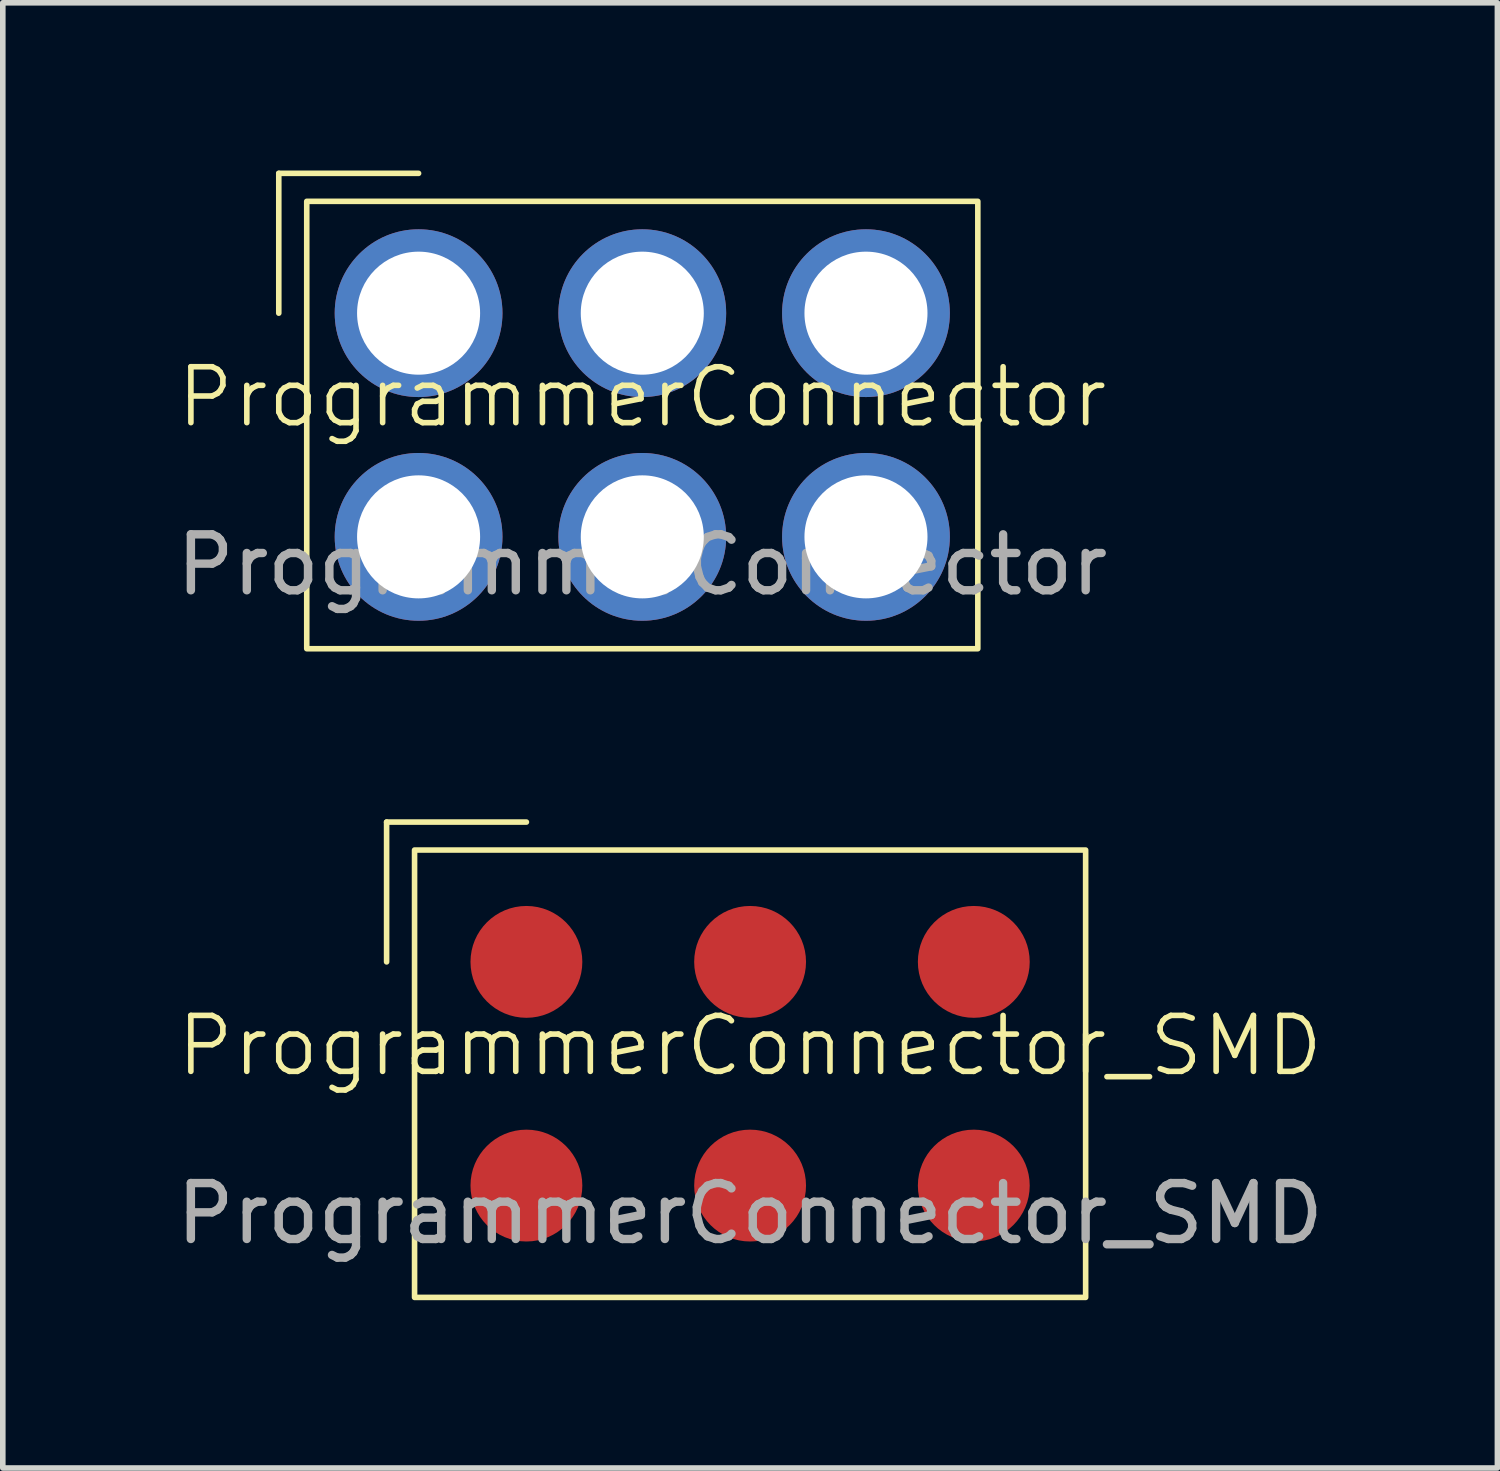
<source format=kicad_pcb>
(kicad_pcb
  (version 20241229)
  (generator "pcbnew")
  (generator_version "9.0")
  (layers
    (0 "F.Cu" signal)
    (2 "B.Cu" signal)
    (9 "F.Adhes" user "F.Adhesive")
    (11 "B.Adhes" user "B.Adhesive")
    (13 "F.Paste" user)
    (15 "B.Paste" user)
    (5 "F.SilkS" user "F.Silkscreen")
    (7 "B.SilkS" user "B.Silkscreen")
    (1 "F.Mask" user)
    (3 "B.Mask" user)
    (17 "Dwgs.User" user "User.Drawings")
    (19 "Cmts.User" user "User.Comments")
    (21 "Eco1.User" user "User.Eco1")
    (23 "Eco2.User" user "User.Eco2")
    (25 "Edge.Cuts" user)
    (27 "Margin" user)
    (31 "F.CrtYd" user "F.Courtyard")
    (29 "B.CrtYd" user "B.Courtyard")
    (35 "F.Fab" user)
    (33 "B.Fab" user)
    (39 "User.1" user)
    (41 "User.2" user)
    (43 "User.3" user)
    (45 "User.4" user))
  (footprint "ProgrammerConnector"
    (layer "F.Cu")
    (at 8.435 4.55)
    (property "Reference" "ProgrammerConnector" (at 0 -0.5 0) (unlocked yes) (layer "F.SilkS") (effects (font (size 1 1) (thickness 0.1))))
    (attr through_hole)
    (fp_line (start -6.5 -4.5) (end -6.5 -2) (stroke (width 0.1) (type default)) (layer "F.SilkS"))
    (fp_line (start -4 -4.5) (end -6.5 -4.5) (stroke (width 0.1) (type default)) (layer "F.SilkS"))
    (fp_rect (start -6 -4) (end 6 4) (stroke (width 0.1) (type default)) (fill no) (layer "F.SilkS"))
    (fp_text user "${REFERENCE}" (at 0 2.5 0) (unlocked yes) (layer "F.Fab") (effects (font (size 1 1) (thickness 0.15))))
    (pad "1" thru_hole circle (at -4 -2) (size 3 3) (drill 2.2) (layers "*.Cu" "*.Mask"))
    (pad "2" thru_hole circle (at 0 -2) (size 3 3) (drill 2.2) (layers "*.Cu" "*.Mask"))
    (pad "3" thru_hole circle (at 4 -2) (size 3 3) (drill 2.2) (layers "*.Cu" "*.Mask"))
    (pad "4" thru_hole circle (at -4 2) (size 3 3) (drill 2.2) (layers "*.Cu" "*.Mask"))
    (pad "5" thru_hole circle (at 0 2) (size 3 3) (drill 2.2) (layers "*.Cu" "*.Mask"))
    (pad "6" thru_hole circle (at 4 2) (size 3 3) (drill 2.2) (layers "*.Cu" "*.Mask")))
  (footprint "ProgrammerConnector_SMD"
    (layer "F.Cu")
    (at 10.363 16.15)
    (property "Reference" "ProgrammerConnector_SMD" (at 0 -0.5 0) (unlocked yes) (layer "F.SilkS") (effects (font (size 1 1) (thickness 0.1))))
    (attr through_hole)
    (fp_line (start -6.5 -4.5) (end -6.5 -2) (stroke (width 0.1) (type default)) (layer "F.SilkS"))
    (fp_line (start -4 -4.5) (end -6.5 -4.5) (stroke (width 0.1) (type default)) (layer "F.SilkS"))
    (fp_rect (start -6 -4) (end 6 4) (stroke (width 0.1) (type default)) (fill no) (layer "F.SilkS"))
    (fp_text user "${REFERENCE}" (at 0 2.5 0) (unlocked yes) (layer "F.Fab") (effects (font (size 1 1) (thickness 0.15))))
    (pad "1" smd circle (at -4 -2) (size 2 2) (layers "F.Cu" "F.Mask" "F.Paste"))
    (pad "2" smd circle (at 0 -2) (size 2 2) (layers "F.Cu" "F.Mask" "F.Paste"))
    (pad "3" smd circle (at 4 -2) (size 2 2) (layers "F.Cu" "F.Mask" "F.Paste"))
    (pad "4" smd circle (at -4 2) (size 2 2) (layers "F.Cu" "F.Mask" "F.Paste"))
    (pad "5" smd circle (at 0 2) (size 2 2) (layers "F.Cu" "F.Mask" "F.Paste"))
    (pad "6" smd circle (at 4 2) (size 2 2) (layers "F.Cu" "F.Mask" "F.Paste")))
  (gr_rect
    (start -3 -3)
    (end 23.726 23.2)
    (stroke (width 0.1) (type default))
    (fill no)
    (layer "Edge.Cuts")))
</source>
